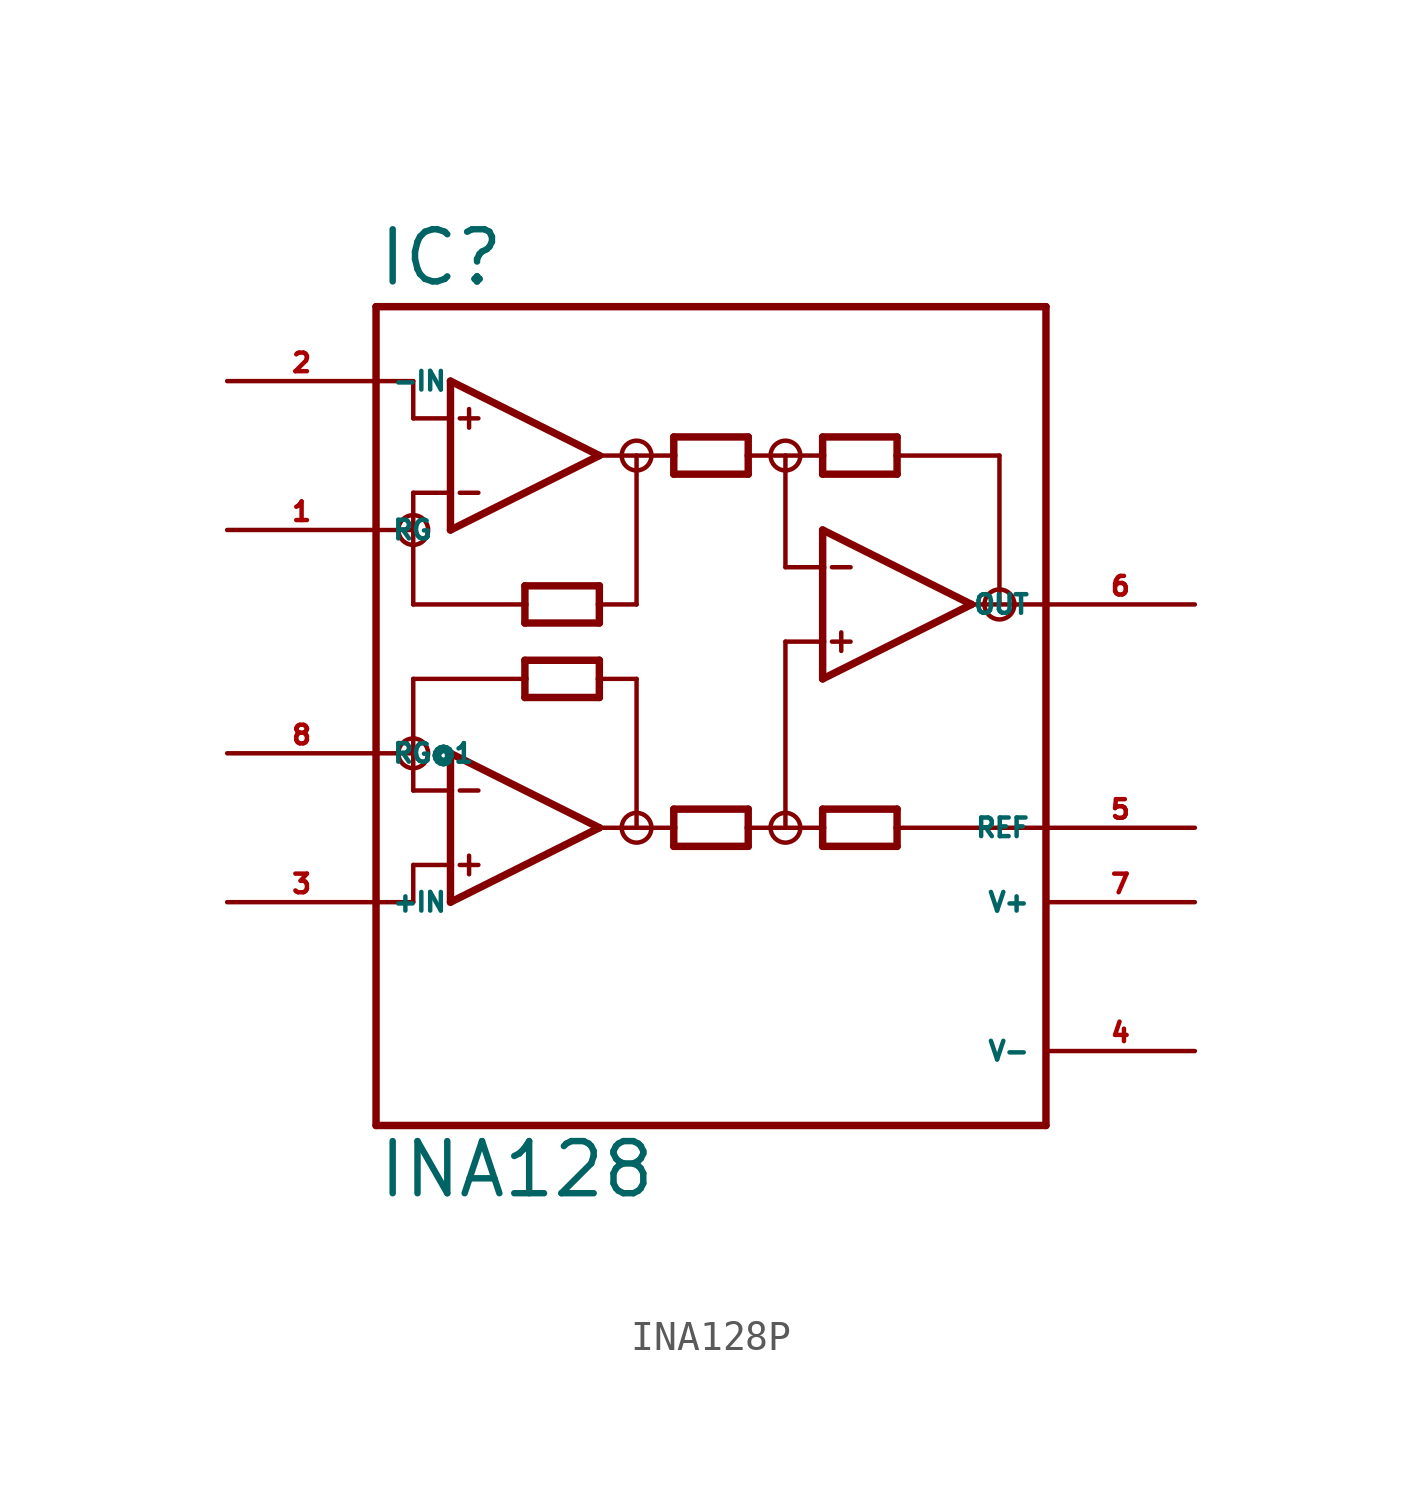
<source format=kicad_sym>
(kicad_symbol_lib
  (version 20220914)
  (generator Eagle2Kicad)
  (symbol "INA128P"
    (property "Reference" "IC"
      (at -10.16 13.335 0)
      (effects (font (size 1.778 1.778) (thickness 0.22)) (justify left bottom)))
    (property "Value" "INA128"
      (at -10.16 -17.78 0)
      (effects (font (size 1.778 1.778) (thickness 0.22)) (justify left bottom)))
    (polyline
      (pts (xy -7.62 5.08) (xy -7.62 6.35))
      (stroke (width 0.254) (type default))
      (fill (type none)))
    (polyline
      (pts (xy -7.62 6.35) (xy -7.62 8.89))
      (stroke (width 0.254) (type default))
      (fill (type none)))
    (polyline
      (pts (xy -7.62 8.89) (xy -7.62 10.16))
      (stroke (width 0.254) (type default))
      (fill (type none)))
    (polyline
      (pts (xy -7.62 10.16) (xy -2.54 7.62))
      (stroke (width 0.254) (type default))
      (fill (type none)))
    (polyline
      (pts (xy -2.54 7.62) (xy -7.62 5.08))
      (stroke (width 0.254) (type default))
      (fill (type none)))
    (polyline
      (pts (xy -2.54 1.905) (xy -2.54 2.54))
      (stroke (width 0.254) (type default))
      (fill (type none)))
    (polyline
      (pts (xy -2.54 2.54) (xy -2.54 3.175))
      (stroke (width 0.254) (type default))
      (fill (type none)))
    (polyline
      (pts (xy -2.54 3.175) (xy -5.08 3.175))
      (stroke (width 0.254) (type default))
      (fill (type none)))
    (polyline
      (pts (xy -5.08 3.175) (xy -5.08 2.54))
      (stroke (width 0.254) (type default))
      (fill (type none)))
    (polyline
      (pts (xy -5.08 2.54) (xy -5.08 1.905))
      (stroke (width 0.254) (type default))
      (fill (type none)))
    (polyline
      (pts (xy -5.08 1.905) (xy -2.54 1.905))
      (stroke (width 0.254) (type default))
      (fill (type none)))
    (polyline
      (pts (xy 0 6.985) (xy 0 7.62))
      (stroke (width 0.254) (type default))
      (fill (type none)))
    (polyline
      (pts (xy 0 7.62) (xy 0 8.255))
      (stroke (width 0.254) (type default))
      (fill (type none)))
    (polyline
      (pts (xy 0 8.255) (xy 2.54 8.255))
      (stroke (width 0.254) (type default))
      (fill (type none)))
    (polyline
      (pts (xy 2.54 8.255) (xy 2.54 7.62))
      (stroke (width 0.254) (type default))
      (fill (type none)))
    (polyline
      (pts (xy 2.54 7.62) (xy 2.54 6.985))
      (stroke (width 0.254) (type default))
      (fill (type none)))
    (polyline
      (pts (xy 2.54 6.985) (xy 0 6.985))
      (stroke (width 0.254) (type default))
      (fill (type none)))
    (polyline
      (pts (xy -7.62 8.89) (xy -8.89 8.89))
      (stroke (width 0.152) (type default))
      (fill (type none)))
    (polyline
      (pts (xy 7.62 8.255) (xy 7.62 7.62))
      (stroke (width 0.254) (type default))
      (fill (type none)))
    (polyline
      (pts (xy 7.62 7.62) (xy 7.62 6.985))
      (stroke (width 0.254) (type default))
      (fill (type none)))
    (polyline
      (pts (xy 7.62 6.985) (xy 5.08 6.985))
      (stroke (width 0.254) (type default))
      (fill (type none)))
    (polyline
      (pts (xy 5.08 6.985) (xy 5.08 7.62))
      (stroke (width 0.254) (type default))
      (fill (type none)))
    (polyline
      (pts (xy 5.08 7.62) (xy 5.08 8.255))
      (stroke (width 0.254) (type default))
      (fill (type none)))
    (polyline
      (pts (xy 5.08 8.255) (xy 7.62 8.255))
      (stroke (width 0.254) (type default))
      (fill (type none)))
    (polyline
      (pts (xy 5.08 -4.445) (xy 5.08 -5.08))
      (stroke (width 0.254) (type default))
      (fill (type none)))
    (polyline
      (pts (xy 5.08 -5.08) (xy 5.08 -5.715))
      (stroke (width 0.254) (type default))
      (fill (type none)))
    (polyline
      (pts (xy 5.08 -5.715) (xy 7.62 -5.715))
      (stroke (width 0.254) (type default))
      (fill (type none)))
    (polyline
      (pts (xy 7.62 -5.715) (xy 7.62 -5.08))
      (stroke (width 0.254) (type default))
      (fill (type none)))
    (polyline
      (pts (xy 7.62 -5.08) (xy 7.62 -4.445))
      (stroke (width 0.254) (type default))
      (fill (type none)))
    (polyline
      (pts (xy 7.62 -4.445) (xy 5.08 -4.445))
      (stroke (width 0.254) (type default))
      (fill (type none)))
    (polyline
      (pts (xy -7.62 6.35) (xy -8.89 6.35))
      (stroke (width 0.152) (type default))
      (fill (type none)))
    (polyline
      (pts (xy -7.303 8.89) (xy -6.668 8.89))
      (stroke (width 0.152) (type default))
      (fill (type none)))
    (polyline
      (pts (xy -7.303 6.35) (xy -6.668 6.35))
      (stroke (width 0.152) (type default))
      (fill (type none)))
    (polyline
      (pts (xy -6.985 9.207) (xy -6.985 8.572))
      (stroke (width 0.152) (type default))
      (fill (type none)))
    (polyline
      (pts (xy -10.16 -15.24) (xy 12.7 -15.24))
      (stroke (width 0.254) (type default))
      (fill (type none)))
    (polyline
      (pts (xy 12.7 -15.24) (xy 12.7 -5.08))
      (stroke (width 0.254) (type default))
      (fill (type none)))
    (polyline
      (pts (xy 12.7 -5.08) (xy 12.7 2.54))
      (stroke (width 0.254) (type default))
      (fill (type none)))
    (polyline
      (pts (xy 12.7 2.54) (xy 12.7 12.7))
      (stroke (width 0.254) (type default))
      (fill (type none)))
    (polyline
      (pts (xy 12.7 12.7) (xy -10.16 12.7))
      (stroke (width 0.254) (type default))
      (fill (type none)))
    (polyline
      (pts (xy -10.16 12.7) (xy -10.16 10.16))
      (stroke (width 0.254) (type default))
      (fill (type none)))
    (polyline
      (pts (xy -10.16 10.16) (xy -10.16 5.08))
      (stroke (width 0.254) (type default))
      (fill (type none)))
    (polyline
      (pts (xy -10.16 5.08) (xy -10.16 -2.54))
      (stroke (width 0.254) (type default))
      (fill (type none)))
    (polyline
      (pts (xy -10.16 -2.54) (xy -10.16 -7.62))
      (stroke (width 0.254) (type default))
      (fill (type none)))
    (polyline
      (pts (xy -10.16 -7.62) (xy -10.16 -15.24))
      (stroke (width 0.254) (type default))
      (fill (type none)))
    (polyline
      (pts (xy -7.62 -7.62) (xy -7.62 -6.35))
      (stroke (width 0.254) (type default))
      (fill (type none)))
    (polyline
      (pts (xy -7.62 -6.35) (xy -7.62 -3.81))
      (stroke (width 0.254) (type default))
      (fill (type none)))
    (polyline
      (pts (xy -7.62 -3.81) (xy -7.62 -2.54))
      (stroke (width 0.254) (type default))
      (fill (type none)))
    (polyline
      (pts (xy -7.62 -2.54) (xy -2.54 -5.08))
      (stroke (width 0.254) (type default))
      (fill (type none)))
    (polyline
      (pts (xy -2.54 -5.08) (xy -7.62 -7.62))
      (stroke (width 0.254) (type default))
      (fill (type none)))
    (polyline
      (pts (xy 2.54 -5.715) (xy 2.54 -5.08))
      (stroke (width 0.254) (type default))
      (fill (type none)))
    (polyline
      (pts (xy 2.54 -5.08) (xy 2.54 -4.445))
      (stroke (width 0.254) (type default))
      (fill (type none)))
    (polyline
      (pts (xy 2.54 -4.445) (xy 0 -4.445))
      (stroke (width 0.254) (type default))
      (fill (type none)))
    (polyline
      (pts (xy 0 -4.445) (xy 0 -5.08))
      (stroke (width 0.254) (type default))
      (fill (type none)))
    (polyline
      (pts (xy 0 -5.08) (xy 0 -5.715))
      (stroke (width 0.254) (type default))
      (fill (type none)))
    (polyline
      (pts (xy 0 -5.715) (xy 2.54 -5.715))
      (stroke (width 0.254) (type default))
      (fill (type none)))
    (polyline
      (pts (xy -5.08 -0.635) (xy -5.08 0))
      (stroke (width 0.254) (type default))
      (fill (type none)))
    (polyline
      (pts (xy -5.08 0) (xy -5.08 0.635))
      (stroke (width 0.254) (type default))
      (fill (type none)))
    (polyline
      (pts (xy -5.08 0.635) (xy -2.54 0.635))
      (stroke (width 0.254) (type default))
      (fill (type none)))
    (polyline
      (pts (xy -2.54 0.635) (xy -2.54 0))
      (stroke (width 0.254) (type default))
      (fill (type none)))
    (polyline
      (pts (xy -2.54 0) (xy -2.54 -0.635))
      (stroke (width 0.254) (type default))
      (fill (type none)))
    (polyline
      (pts (xy -2.54 -0.635) (xy -5.08 -0.635))
      (stroke (width 0.254) (type default))
      (fill (type none)))
    (polyline
      (pts (xy -7.62 -3.81) (xy -8.89 -3.81))
      (stroke (width 0.152) (type default))
      (fill (type none)))
    (polyline
      (pts (xy -7.62 -6.35) (xy -8.89 -6.35))
      (stroke (width 0.152) (type default))
      (fill (type none)))
    (polyline
      (pts (xy -7.303 -3.81) (xy -6.668 -3.81))
      (stroke (width 0.152) (type default))
      (fill (type none)))
    (polyline
      (pts (xy -7.303 -6.35) (xy -6.668 -6.35))
      (stroke (width 0.152) (type default))
      (fill (type none)))
    (polyline
      (pts (xy -6.985 -6.032) (xy -6.985 -6.668))
      (stroke (width 0.152) (type default))
      (fill (type none)))
    (polyline
      (pts (xy -8.89 8.89) (xy -8.89 10.16))
      (stroke (width 0.152) (type default))
      (fill (type none)))
    (polyline
      (pts (xy -8.89 10.16) (xy -10.16 10.16))
      (stroke (width 0.152) (type default))
      (fill (type none)))
    (polyline
      (pts (xy -8.89 6.35) (xy -8.89 5.08))
      (stroke (width 0.152) (type default))
      (fill (type none)))
    (polyline
      (pts (xy -8.89 5.08) (xy -10.16 5.08))
      (stroke (width 0.152) (type default))
      (fill (type none)))
    (polyline
      (pts (xy 5.08 0) (xy 5.08 1.27))
      (stroke (width 0.254) (type default))
      (fill (type none)))
    (polyline
      (pts (xy 5.08 1.27) (xy 5.08 3.81))
      (stroke (width 0.254) (type default))
      (fill (type none)))
    (polyline
      (pts (xy 5.08 3.81) (xy 5.08 5.08))
      (stroke (width 0.254) (type default))
      (fill (type none)))
    (polyline
      (pts (xy 5.08 5.08) (xy 10.16 2.54))
      (stroke (width 0.254) (type default))
      (fill (type none)))
    (polyline
      (pts (xy 10.16 2.54) (xy 5.08 0))
      (stroke (width 0.254) (type default))
      (fill (type none)))
    (polyline
      (pts (xy 5.08 1.27) (xy 3.81 1.27))
      (stroke (width 0.152) (type default))
      (fill (type none)))
    (polyline
      (pts (xy 5.397 3.81) (xy 6.032 3.81))
      (stroke (width 0.152) (type default))
      (fill (type none)))
    (polyline
      (pts (xy 5.397 1.27) (xy 6.032 1.27))
      (stroke (width 0.152) (type default))
      (fill (type none)))
    (polyline
      (pts (xy 5.715 1.587) (xy 5.715 0.953))
      (stroke (width 0.152) (type default))
      (fill (type none)))
    (polyline
      (pts (xy -2.54 7.62) (xy -1.27 7.62))
      (stroke (width 0.152) (type default))
      (fill (type none)))
    (polyline
      (pts (xy -1.27 7.62) (xy 0 7.62))
      (stroke (width 0.152) (type default))
      (fill (type none)))
    (polyline
      (pts (xy 2.54 7.62) (xy 3.81 7.62))
      (stroke (width 0.152) (type default))
      (fill (type none)))
    (polyline
      (pts (xy 3.81 7.62) (xy 5.08 7.62))
      (stroke (width 0.152) (type default))
      (fill (type none)))
    (polyline
      (pts (xy 10.16 2.54) (xy 11.113 2.54))
      (stroke (width 0.152) (type default))
      (fill (type none)))
    (polyline
      (pts (xy 11.113 2.54) (xy 11.113 7.62))
      (stroke (width 0.152) (type default))
      (fill (type none)))
    (polyline
      (pts (xy 11.113 7.62) (xy 7.62 7.62))
      (stroke (width 0.152) (type default))
      (fill (type none)))
    (polyline
      (pts (xy 11.113 2.54) (xy 12.7 2.54))
      (stroke (width 0.152) (type default))
      (fill (type none)))
    (polyline
      (pts (xy -8.89 5.08) (xy -8.89 2.54))
      (stroke (width 0.152) (type default))
      (fill (type none)))
    (polyline
      (pts (xy -8.89 2.54) (xy -5.08 2.54))
      (stroke (width 0.152) (type default))
      (fill (type none)))
    (polyline
      (pts (xy -1.27 7.62) (xy -1.27 2.54))
      (stroke (width 0.152) (type default))
      (fill (type none)))
    (polyline
      (pts (xy -1.27 2.54) (xy -2.54 2.54))
      (stroke (width 0.152) (type default))
      (fill (type none)))
    (polyline
      (pts (xy 3.81 7.62) (xy 3.81 3.81))
      (stroke (width 0.152) (type default))
      (fill (type none)))
    (polyline
      (pts (xy 3.81 3.81) (xy 5.08 3.81))
      (stroke (width 0.152) (type default))
      (fill (type none)))
    (polyline
      (pts (xy -5.08 0) (xy -8.89 0))
      (stroke (width 0.152) (type default))
      (fill (type none)))
    (polyline
      (pts (xy -8.89 0) (xy -8.89 -2.54))
      (stroke (width 0.152) (type default))
      (fill (type none)))
    (polyline
      (pts (xy -8.89 -2.54) (xy -8.89 -3.81))
      (stroke (width 0.152) (type default))
      (fill (type none)))
    (polyline
      (pts (xy -2.54 0) (xy -1.27 0))
      (stroke (width 0.152) (type default))
      (fill (type none)))
    (polyline
      (pts (xy -1.27 0) (xy -1.27 -5.08))
      (stroke (width 0.152) (type default))
      (fill (type none)))
    (polyline
      (pts (xy -1.27 -5.08) (xy -2.54 -5.08))
      (stroke (width 0.152) (type default))
      (fill (type none)))
    (polyline
      (pts (xy -1.27 -5.08) (xy 0 -5.08))
      (stroke (width 0.152) (type default))
      (fill (type none)))
    (polyline
      (pts (xy 2.54 -5.08) (xy 3.81 -5.08))
      (stroke (width 0.152) (type default))
      (fill (type none)))
    (polyline
      (pts (xy 3.81 -5.08) (xy 5.08 -5.08))
      (stroke (width 0.152) (type default))
      (fill (type none)))
    (polyline
      (pts (xy -8.89 -6.35) (xy -8.89 -7.62))
      (stroke (width 0.152) (type default))
      (fill (type none)))
    (polyline
      (pts (xy -8.89 -7.62) (xy -10.16 -7.62))
      (stroke (width 0.152) (type default))
      (fill (type none)))
    (polyline
      (pts (xy -10.16 -2.54) (xy -8.89 -2.54))
      (stroke (width 0.152) (type default))
      (fill (type none)))
    (polyline
      (pts (xy 3.81 1.27) (xy 3.81 -5.08))
      (stroke (width 0.152) (type default))
      (fill (type none)))
    (polyline
      (pts (xy 7.62 -5.08) (xy 12.7 -5.08))
      (stroke (width 0.152) (type default))
      (fill (type none)))
    (circle
      (center -1.27 7.62)
      (radius 0.508)
      (stroke (width 0) (type default))
      (fill (type none)))
    (circle
      (center 3.81 7.62)
      (radius 0.508)
      (stroke (width 0) (type default))
      (fill (type none)))
    (circle
      (center 11.113 2.54)
      (radius 0.512)
      (stroke (width 0) (type default))
      (fill (type none)))
    (circle
      (center -1.27 -5.08)
      (radius 0.508)
      (stroke (width 0) (type default))
      (fill (type none)))
    (circle
      (center -8.89 -2.54)
      (radius 0.508)
      (stroke (width 0) (type default))
      (fill (type none)))
    (circle
      (center -8.89 5.08)
      (radius 0.508)
      (stroke (width 0) (type default))
      (fill (type none)))
    (circle
      (center 3.81 -5.08)
      (radius 0.508)
      (stroke (width 0) (type default))
      (fill (type none)))
    (pin input line
      (at -15.24 -7.62 0)
      (length 5.08)
      (name "+IN" (effects (font (size 0.635 0.635) (thickness 0.08)) (justify left bottom)))
      (number "3" (effects (font (size 0.635 0.635) (thickness 0.08)) (justify left bottom))))
    (pin input line
      (at -15.24 10.16 0)
      (length 5.08)
      (name "-IN" (effects (font (size 0.635 0.635) (thickness 0.08)) (justify left bottom)))
      (number "2" (effects (font (size 0.635 0.635) (thickness 0.08)) (justify left bottom))))
    (pin output line
      (at 17.78 2.54 180)
      (length 5.08)
      (name "OUT" (effects (font (size 0.635 0.635) (thickness 0.08)) (justify left bottom)))
      (number "6" (effects (font (size 0.635 0.635) (thickness 0.08)) (justify left bottom))))
    (pin passive line
      (at 17.78 -5.08 180)
      (length 5.08)
      (name "REF" (effects (font (size 0.635 0.635) (thickness 0.08)) (justify left bottom)))
      (number "5" (effects (font (size 0.635 0.635) (thickness 0.08)) (justify left bottom))))
    (pin unspecified line
      (at 17.78 -7.62 180)
      (length 5.08)
      (name "V+" (effects (font (size 0.635 0.635) (thickness 0.08)) (justify left bottom)))
      (number "7" (effects (font (size 0.635 0.635) (thickness 0.08)) (justify left bottom))))
    (pin unspecified line
      (at 17.78 -12.7 180)
      (length 5.08)
      (name "V-" (effects (font (size 0.635 0.635) (thickness 0.08)) (justify left bottom)))
      (number "4" (effects (font (size 0.635 0.635) (thickness 0.08)) (justify left bottom))))
    (pin passive line
      (at -15.24 5.08 0)
      (length 5.08)
      (name "RG" (effects (font (size 0.635 0.635) (thickness 0.08)) (justify left bottom)))
      (number "1" (effects (font (size 0.635 0.635) (thickness 0.08)) (justify left bottom))))
    (pin passive line
      (at -15.24 -2.54 0)
      (length 5.08)
      (name "RG@1" (effects (font (size 0.635 0.635) (thickness 0.08)) (justify left bottom)))
      (number "8" (effects (font (size 0.635 0.635) (thickness 0.08)) (justify left bottom))))))
</source>
